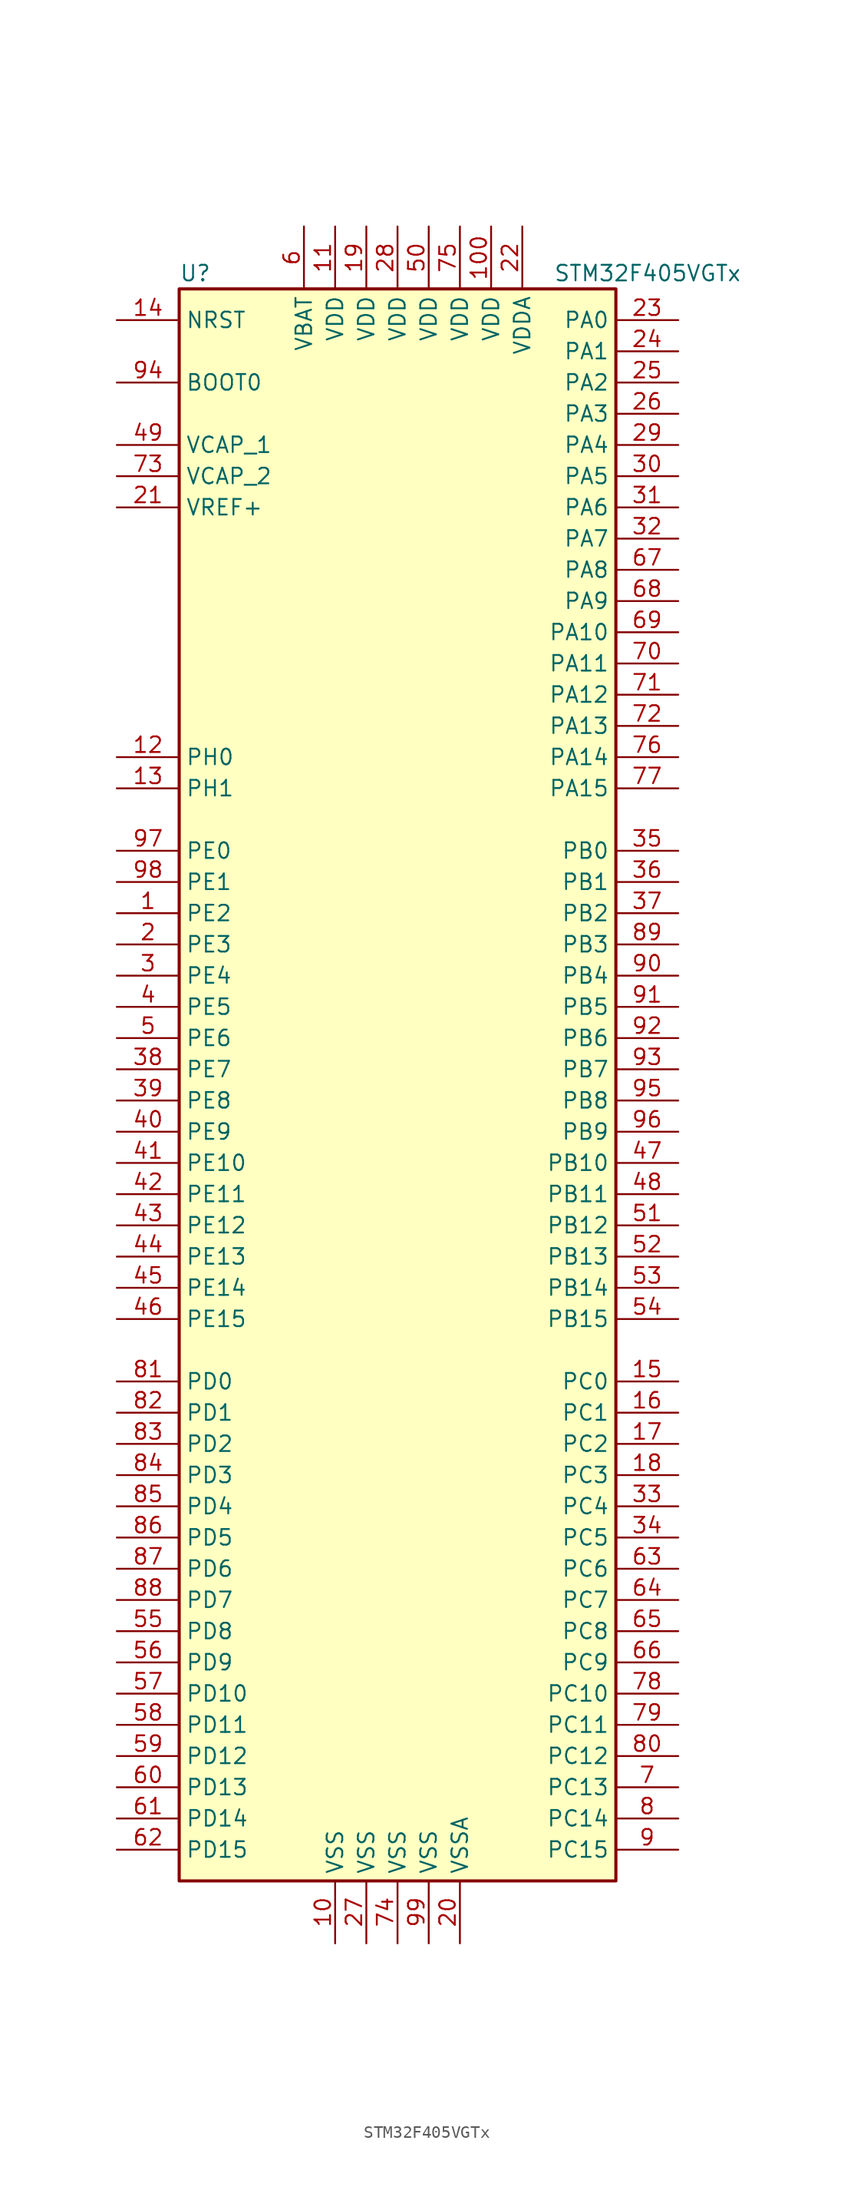
<source format=kicad_sym>
(kicad_symbol_lib
  (version 20201005)
  (generator kicad_symbol_editor)
  (symbol "STM32F405VGTx"
    (property "Reference" "U"
      (at -17.78 64.77 0)
      (effects (font (size 1.27 1.27)) (justify left)))
    (property "Value" "STM32F405VGTx"
      (at 12.7 64.77 0)
      (effects (font (size 1.27 1.27)) (justify left)))
    (symbol "STM32F405VGTx_0_1"
      (rectangle (start -17.78 -66.04) (end 17.78 63.5) (stroke (width 0.254)) (fill (type background))))
    (symbol "STM32F405VGTx_1_1"
      (pin input line (at -22.86 55.88 0) (length 5.08) (name "BOOT0" (effects (font (size 1.27 1.27)))) (number "94" (effects (font (size 1.27 1.27)))))
      (pin input line (at -22.86 60.96 0) (length 5.08) (name "NRST" (effects (font (size 1.27 1.27)))) (number "14" (effects (font (size 1.27 1.27)))))
      (pin bidirectional line (at 22.86 60.96 180) (length 5.08) (name "PA0" (effects (font (size 1.27 1.27)))) (number "23" (effects (font (size 1.27 1.27)))))
      (pin bidirectional line (at 22.86 58.42 180) (length 5.08) (name "PA1" (effects (font (size 1.27 1.27)))) (number "24" (effects (font (size 1.27 1.27)))))
      (pin bidirectional line (at 22.86 35.56 180) (length 5.08) (name "PA10" (effects (font (size 1.27 1.27)))) (number "69" (effects (font (size 1.27 1.27)))))
      (pin bidirectional line (at 22.86 33.02 180) (length 5.08) (name "PA11" (effects (font (size 1.27 1.27)))) (number "70" (effects (font (size 1.27 1.27)))))
      (pin bidirectional line (at 22.86 30.48 180) (length 5.08) (name "PA12" (effects (font (size 1.27 1.27)))) (number "71" (effects (font (size 1.27 1.27)))))
      (pin bidirectional line (at 22.86 27.94 180) (length 5.08) (name "PA13" (effects (font (size 1.27 1.27)))) (number "72" (effects (font (size 1.27 1.27)))))
      (pin bidirectional line (at 22.86 25.4 180) (length 5.08) (name "PA14" (effects (font (size 1.27 1.27)))) (number "76" (effects (font (size 1.27 1.27)))))
      (pin bidirectional line (at 22.86 22.86 180) (length 5.08) (name "PA15" (effects (font (size 1.27 1.27)))) (number "77" (effects (font (size 1.27 1.27)))))
      (pin bidirectional line (at 22.86 55.88 180) (length 5.08) (name "PA2" (effects (font (size 1.27 1.27)))) (number "25" (effects (font (size 1.27 1.27)))))
      (pin bidirectional line (at 22.86 53.34 180) (length 5.08) (name "PA3" (effects (font (size 1.27 1.27)))) (number "26" (effects (font (size 1.27 1.27)))))
      (pin bidirectional line (at 22.86 50.8 180) (length 5.08) (name "PA4" (effects (font (size 1.27 1.27)))) (number "29" (effects (font (size 1.27 1.27)))))
      (pin bidirectional line (at 22.86 48.26 180) (length 5.08) (name "PA5" (effects (font (size 1.27 1.27)))) (number "30" (effects (font (size 1.27 1.27)))))
      (pin bidirectional line (at 22.86 45.72 180) (length 5.08) (name "PA6" (effects (font (size 1.27 1.27)))) (number "31" (effects (font (size 1.27 1.27)))))
      (pin bidirectional line (at 22.86 43.18 180) (length 5.08) (name "PA7" (effects (font (size 1.27 1.27)))) (number "32" (effects (font (size 1.27 1.27)))))
      (pin bidirectional line (at 22.86 40.64 180) (length 5.08) (name "PA8" (effects (font (size 1.27 1.27)))) (number "67" (effects (font (size 1.27 1.27)))))
      (pin bidirectional line (at 22.86 38.1 180) (length 5.08) (name "PA9" (effects (font (size 1.27 1.27)))) (number "68" (effects (font (size 1.27 1.27)))))
      (pin bidirectional line (at 22.86 17.78 180) (length 5.08) (name "PB0" (effects (font (size 1.27 1.27)))) (number "35" (effects (font (size 1.27 1.27)))))
      (pin bidirectional line (at 22.86 15.24 180) (length 5.08) (name "PB1" (effects (font (size 1.27 1.27)))) (number "36" (effects (font (size 1.27 1.27)))))
      (pin bidirectional line (at 22.86 -7.62 180) (length 5.08) (name "PB10" (effects (font (size 1.27 1.27)))) (number "47" (effects (font (size 1.27 1.27)))))
      (pin bidirectional line (at 22.86 -10.16 180) (length 5.08) (name "PB11" (effects (font (size 1.27 1.27)))) (number "48" (effects (font (size 1.27 1.27)))))
      (pin bidirectional line (at 22.86 -12.7 180) (length 5.08) (name "PB12" (effects (font (size 1.27 1.27)))) (number "51" (effects (font (size 1.27 1.27)))))
      (pin bidirectional line (at 22.86 -15.24 180) (length 5.08) (name "PB13" (effects (font (size 1.27 1.27)))) (number "52" (effects (font (size 1.27 1.27)))))
      (pin bidirectional line (at 22.86 -17.78 180) (length 5.08) (name "PB14" (effects (font (size 1.27 1.27)))) (number "53" (effects (font (size 1.27 1.27)))))
      (pin bidirectional line (at 22.86 -20.32 180) (length 5.08) (name "PB15" (effects (font (size 1.27 1.27)))) (number "54" (effects (font (size 1.27 1.27)))))
      (pin bidirectional line (at 22.86 12.7 180) (length 5.08) (name "PB2" (effects (font (size 1.27 1.27)))) (number "37" (effects (font (size 1.27 1.27)))))
      (pin bidirectional line (at 22.86 10.16 180) (length 5.08) (name "PB3" (effects (font (size 1.27 1.27)))) (number "89" (effects (font (size 1.27 1.27)))))
      (pin bidirectional line (at 22.86 7.62 180) (length 5.08) (name "PB4" (effects (font (size 1.27 1.27)))) (number "90" (effects (font (size 1.27 1.27)))))
      (pin bidirectional line (at 22.86 5.08 180) (length 5.08) (name "PB5" (effects (font (size 1.27 1.27)))) (number "91" (effects (font (size 1.27 1.27)))))
      (pin bidirectional line (at 22.86 2.54 180) (length 5.08) (name "PB6" (effects (font (size 1.27 1.27)))) (number "92" (effects (font (size 1.27 1.27)))))
      (pin bidirectional line (at 22.86 0 180) (length 5.08) (name "PB7" (effects (font (size 1.27 1.27)))) (number "93" (effects (font (size 1.27 1.27)))))
      (pin bidirectional line (at 22.86 -2.54 180) (length 5.08) (name "PB8" (effects (font (size 1.27 1.27)))) (number "95" (effects (font (size 1.27 1.27)))))
      (pin bidirectional line (at 22.86 -5.08 180) (length 5.08) (name "PB9" (effects (font (size 1.27 1.27)))) (number "96" (effects (font (size 1.27 1.27)))))
      (pin bidirectional line (at 22.86 -25.4 180) (length 5.08) (name "PC0" (effects (font (size 1.27 1.27)))) (number "15" (effects (font (size 1.27 1.27)))))
      (pin bidirectional line (at 22.86 -27.94 180) (length 5.08) (name "PC1" (effects (font (size 1.27 1.27)))) (number "16" (effects (font (size 1.27 1.27)))))
      (pin bidirectional line (at 22.86 -50.8 180) (length 5.08) (name "PC10" (effects (font (size 1.27 1.27)))) (number "78" (effects (font (size 1.27 1.27)))))
      (pin bidirectional line (at 22.86 -53.34 180) (length 5.08) (name "PC11" (effects (font (size 1.27 1.27)))) (number "79" (effects (font (size 1.27 1.27)))))
      (pin bidirectional line (at 22.86 -55.88 180) (length 5.08) (name "PC12" (effects (font (size 1.27 1.27)))) (number "80" (effects (font (size 1.27 1.27)))))
      (pin bidirectional line (at 22.86 -58.42 180) (length 5.08) (name "PC13" (effects (font (size 1.27 1.27)))) (number "7" (effects (font (size 1.27 1.27)))))
      (pin bidirectional line (at 22.86 -60.96 180) (length 5.08) (name "PC14" (effects (font (size 1.27 1.27)))) (number "8" (effects (font (size 1.27 1.27)))))
      (pin bidirectional line (at 22.86 -63.5 180) (length 5.08) (name "PC15" (effects (font (size 1.27 1.27)))) (number "9" (effects (font (size 1.27 1.27)))))
      (pin bidirectional line (at 22.86 -30.48 180) (length 5.08) (name "PC2" (effects (font (size 1.27 1.27)))) (number "17" (effects (font (size 1.27 1.27)))))
      (pin bidirectional line (at 22.86 -33.02 180) (length 5.08) (name "PC3" (effects (font (size 1.27 1.27)))) (number "18" (effects (font (size 1.27 1.27)))))
      (pin bidirectional line (at 22.86 -35.56 180) (length 5.08) (name "PC4" (effects (font (size 1.27 1.27)))) (number "33" (effects (font (size 1.27 1.27)))))
      (pin bidirectional line (at 22.86 -38.1 180) (length 5.08) (name "PC5" (effects (font (size 1.27 1.27)))) (number "34" (effects (font (size 1.27 1.27)))))
      (pin bidirectional line (at 22.86 -40.64 180) (length 5.08) (name "PC6" (effects (font (size 1.27 1.27)))) (number "63" (effects (font (size 1.27 1.27)))))
      (pin bidirectional line (at 22.86 -43.18 180) (length 5.08) (name "PC7" (effects (font (size 1.27 1.27)))) (number "64" (effects (font (size 1.27 1.27)))))
      (pin bidirectional line (at 22.86 -45.72 180) (length 5.08) (name "PC8" (effects (font (size 1.27 1.27)))) (number "65" (effects (font (size 1.27 1.27)))))
      (pin bidirectional line (at 22.86 -48.26 180) (length 5.08) (name "PC9" (effects (font (size 1.27 1.27)))) (number "66" (effects (font (size 1.27 1.27)))))
      (pin bidirectional line (at -22.86 -25.4 0) (length 5.08) (name "PD0" (effects (font (size 1.27 1.27)))) (number "81" (effects (font (size 1.27 1.27)))))
      (pin bidirectional line (at -22.86 -27.94 0) (length 5.08) (name "PD1" (effects (font (size 1.27 1.27)))) (number "82" (effects (font (size 1.27 1.27)))))
      (pin bidirectional line (at -22.86 -50.8 0) (length 5.08) (name "PD10" (effects (font (size 1.27 1.27)))) (number "57" (effects (font (size 1.27 1.27)))))
      (pin bidirectional line (at -22.86 -53.34 0) (length 5.08) (name "PD11" (effects (font (size 1.27 1.27)))) (number "58" (effects (font (size 1.27 1.27)))))
      (pin bidirectional line (at -22.86 -55.88 0) (length 5.08) (name "PD12" (effects (font (size 1.27 1.27)))) (number "59" (effects (font (size 1.27 1.27)))))
      (pin bidirectional line (at -22.86 -58.42 0) (length 5.08) (name "PD13" (effects (font (size 1.27 1.27)))) (number "60" (effects (font (size 1.27 1.27)))))
      (pin bidirectional line (at -22.86 -60.96 0) (length 5.08) (name "PD14" (effects (font (size 1.27 1.27)))) (number "61" (effects (font (size 1.27 1.27)))))
      (pin bidirectional line (at -22.86 -63.5 0) (length 5.08) (name "PD15" (effects (font (size 1.27 1.27)))) (number "62" (effects (font (size 1.27 1.27)))))
      (pin bidirectional line (at -22.86 -30.48 0) (length 5.08) (name "PD2" (effects (font (size 1.27 1.27)))) (number "83" (effects (font (size 1.27 1.27)))))
      (pin bidirectional line (at -22.86 -33.02 0) (length 5.08) (name "PD3" (effects (font (size 1.27 1.27)))) (number "84" (effects (font (size 1.27 1.27)))))
      (pin bidirectional line (at -22.86 -35.56 0) (length 5.08) (name "PD4" (effects (font (size 1.27 1.27)))) (number "85" (effects (font (size 1.27 1.27)))))
      (pin bidirectional line (at -22.86 -38.1 0) (length 5.08) (name "PD5" (effects (font (size 1.27 1.27)))) (number "86" (effects (font (size 1.27 1.27)))))
      (pin bidirectional line (at -22.86 -40.64 0) (length 5.08) (name "PD6" (effects (font (size 1.27 1.27)))) (number "87" (effects (font (size 1.27 1.27)))))
      (pin bidirectional line (at -22.86 -43.18 0) (length 5.08) (name "PD7" (effects (font (size 1.27 1.27)))) (number "88" (effects (font (size 1.27 1.27)))))
      (pin bidirectional line (at -22.86 -45.72 0) (length 5.08) (name "PD8" (effects (font (size 1.27 1.27)))) (number "55" (effects (font (size 1.27 1.27)))))
      (pin bidirectional line (at -22.86 -48.26 0) (length 5.08) (name "PD9" (effects (font (size 1.27 1.27)))) (number "56" (effects (font (size 1.27 1.27)))))
      (pin bidirectional line (at -22.86 17.78 0) (length 5.08) (name "PE0" (effects (font (size 1.27 1.27)))) (number "97" (effects (font (size 1.27 1.27)))))
      (pin bidirectional line (at -22.86 15.24 0) (length 5.08) (name "PE1" (effects (font (size 1.27 1.27)))) (number "98" (effects (font (size 1.27 1.27)))))
      (pin bidirectional line (at -22.86 -7.62 0) (length 5.08) (name "PE10" (effects (font (size 1.27 1.27)))) (number "41" (effects (font (size 1.27 1.27)))))
      (pin bidirectional line (at -22.86 -10.16 0) (length 5.08) (name "PE11" (effects (font (size 1.27 1.27)))) (number "42" (effects (font (size 1.27 1.27)))))
      (pin bidirectional line (at -22.86 -12.7 0) (length 5.08) (name "PE12" (effects (font (size 1.27 1.27)))) (number "43" (effects (font (size 1.27 1.27)))))
      (pin bidirectional line (at -22.86 -15.24 0) (length 5.08) (name "PE13" (effects (font (size 1.27 1.27)))) (number "44" (effects (font (size 1.27 1.27)))))
      (pin bidirectional line (at -22.86 -17.78 0) (length 5.08) (name "PE14" (effects (font (size 1.27 1.27)))) (number "45" (effects (font (size 1.27 1.27)))))
      (pin bidirectional line (at -22.86 -20.32 0) (length 5.08) (name "PE15" (effects (font (size 1.27 1.27)))) (number "46" (effects (font (size 1.27 1.27)))))
      (pin bidirectional line (at -22.86 12.7 0) (length 5.08) (name "PE2" (effects (font (size 1.27 1.27)))) (number "1" (effects (font (size 1.27 1.27)))))
      (pin bidirectional line (at -22.86 10.16 0) (length 5.08) (name "PE3" (effects (font (size 1.27 1.27)))) (number "2" (effects (font (size 1.27 1.27)))))
      (pin bidirectional line (at -22.86 7.62 0) (length 5.08) (name "PE4" (effects (font (size 1.27 1.27)))) (number "3" (effects (font (size 1.27 1.27)))))
      (pin bidirectional line (at -22.86 5.08 0) (length 5.08) (name "PE5" (effects (font (size 1.27 1.27)))) (number "4" (effects (font (size 1.27 1.27)))))
      (pin bidirectional line (at -22.86 2.54 0) (length 5.08) (name "PE6" (effects (font (size 1.27 1.27)))) (number "5" (effects (font (size 1.27 1.27)))))
      (pin bidirectional line (at -22.86 0 0) (length 5.08) (name "PE7" (effects (font (size 1.27 1.27)))) (number "38" (effects (font (size 1.27 1.27)))))
      (pin bidirectional line (at -22.86 -2.54 0) (length 5.08) (name "PE8" (effects (font (size 1.27 1.27)))) (number "39" (effects (font (size 1.27 1.27)))))
      (pin bidirectional line (at -22.86 -5.08 0) (length 5.08) (name "PE9" (effects (font (size 1.27 1.27)))) (number "40" (effects (font (size 1.27 1.27)))))
      (pin input line (at -22.86 25.4 0) (length 5.08) (name "PH0" (effects (font (size 1.27 1.27)))) (number "12" (effects (font (size 1.27 1.27)))))
      (pin input line (at -22.86 22.86 0) (length 5.08) (name "PH1" (effects (font (size 1.27 1.27)))) (number "13" (effects (font (size 1.27 1.27)))))
      (pin power_in line (at -7.62 68.58 270) (length 5.08) (name "VBAT" (effects (font (size 1.27 1.27)))) (number "6" (effects (font (size 1.27 1.27)))))
      (pin power_in line (at -22.86 50.8 0) (length 5.08) (name "VCAP_1" (effects (font (size 1.27 1.27)))) (number "49" (effects (font (size 1.27 1.27)))))
      (pin power_in line (at -22.86 48.26 0) (length 5.08) (name "VCAP_2" (effects (font (size 1.27 1.27)))) (number "73" (effects (font (size 1.27 1.27)))))
      (pin power_in line (at 7.62 68.58 270) (length 5.08) (name "VDD" (effects (font (size 1.27 1.27)))) (number "100" (effects (font (size 1.27 1.27)))))
      (pin power_in line (at -5.08 68.58 270) (length 5.08) (name "VDD" (effects (font (size 1.27 1.27)))) (number "11" (effects (font (size 1.27 1.27)))))
      (pin power_in line (at -2.54 68.58 270) (length 5.08) (name "VDD" (effects (font (size 1.27 1.27)))) (number "19" (effects (font (size 1.27 1.27)))))
      (pin power_in line (at 0 68.58 270) (length 5.08) (name "VDD" (effects (font (size 1.27 1.27)))) (number "28" (effects (font (size 1.27 1.27)))))
      (pin power_in line (at 2.54 68.58 270) (length 5.08) (name "VDD" (effects (font (size 1.27 1.27)))) (number "50" (effects (font (size 1.27 1.27)))))
      (pin power_in line (at 5.08 68.58 270) (length 5.08) (name "VDD" (effects (font (size 1.27 1.27)))) (number "75" (effects (font (size 1.27 1.27)))))
      (pin power_in line (at 10.16 68.58 270) (length 5.08) (name "VDDA" (effects (font (size 1.27 1.27)))) (number "22" (effects (font (size 1.27 1.27)))))
      (pin power_in line (at -22.86 45.72 0) (length 5.08) (name "VREF+" (effects (font (size 1.27 1.27)))) (number "21" (effects (font (size 1.27 1.27)))))
      (pin power_in line (at -5.08 -71.12 90) (length 5.08) (name "VSS" (effects (font (size 1.27 1.27)))) (number "10" (effects (font (size 1.27 1.27)))))
      (pin power_in line (at -2.54 -71.12 90) (length 5.08) (name "VSS" (effects (font (size 1.27 1.27)))) (number "27" (effects (font (size 1.27 1.27)))))
      (pin power_in line (at 0 -71.12 90) (length 5.08) (name "VSS" (effects (font (size 1.27 1.27)))) (number "74" (effects (font (size 1.27 1.27)))))
      (pin power_in line (at 2.54 -71.12 90) (length 5.08) (name "VSS" (effects (font (size 1.27 1.27)))) (number "99" (effects (font (size 1.27 1.27)))))
      (pin power_in line (at 5.08 -71.12 90) (length 5.08) (name "VSSA" (effects (font (size 1.27 1.27)))) (number "20" (effects (font (size 1.27 1.27))))))))
</source>
